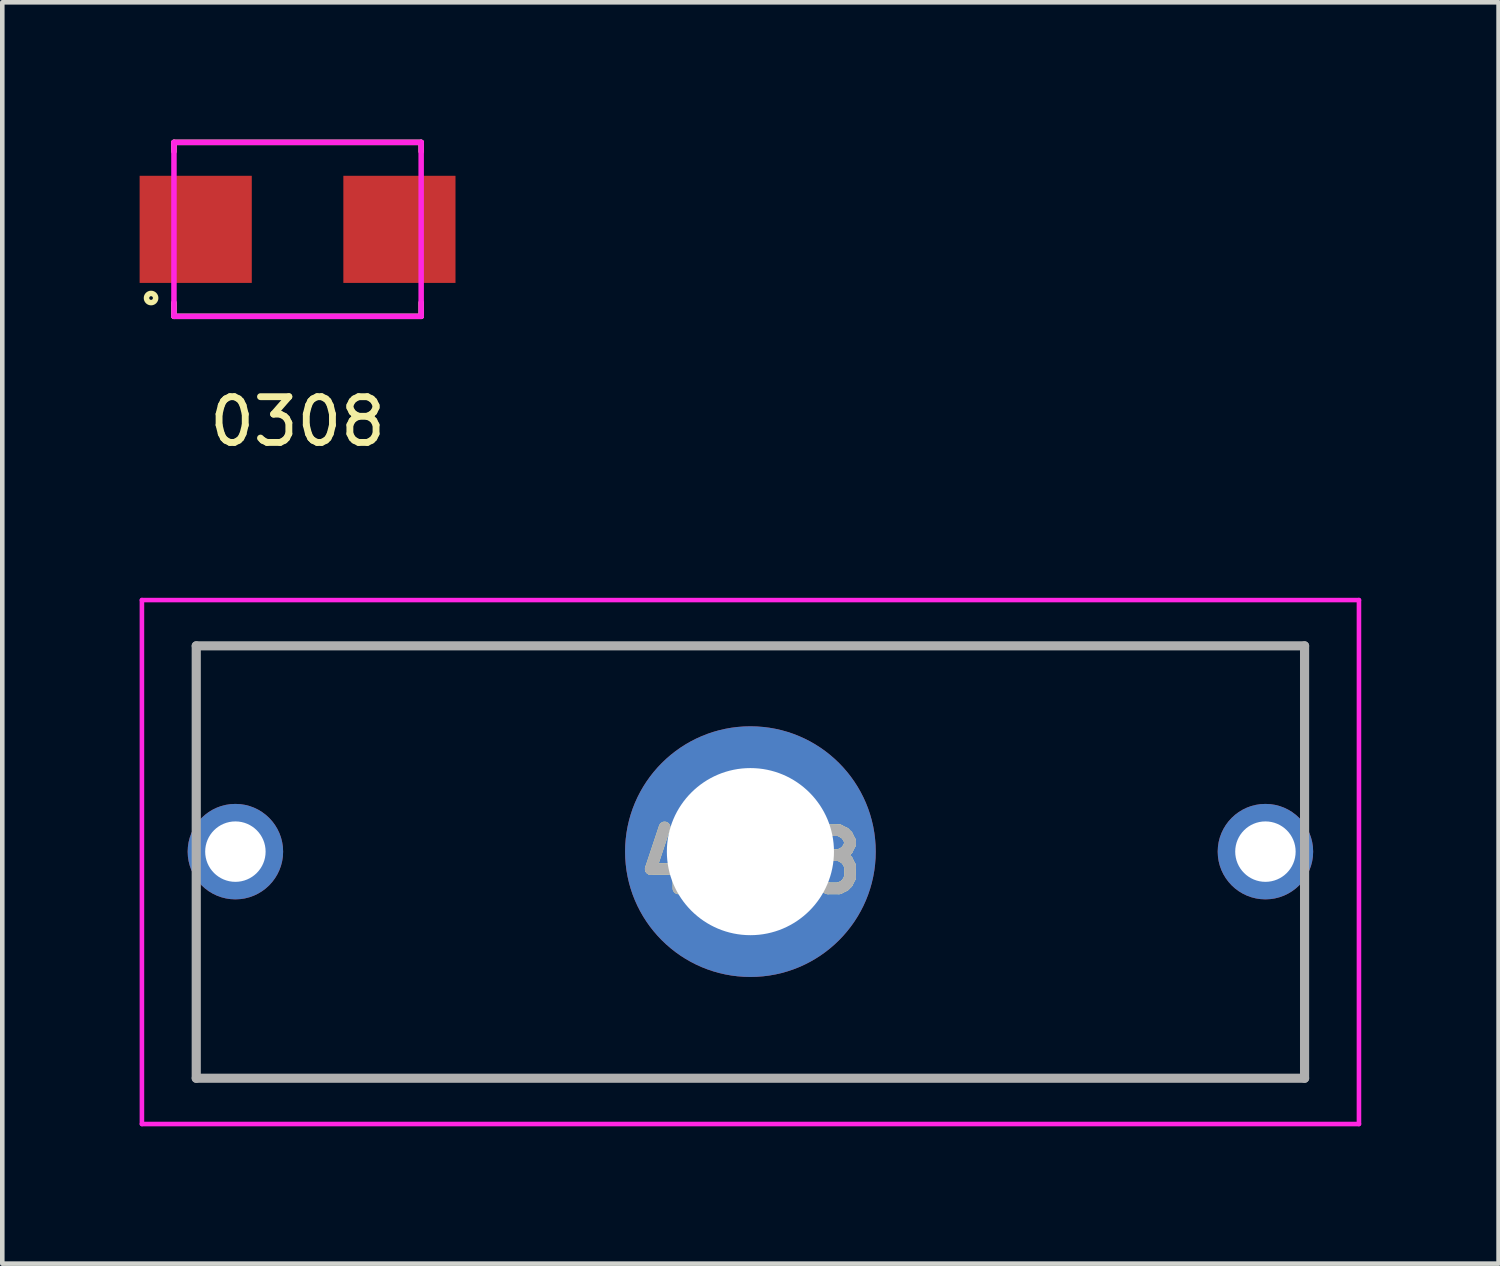
<source format=kicad_pcb>
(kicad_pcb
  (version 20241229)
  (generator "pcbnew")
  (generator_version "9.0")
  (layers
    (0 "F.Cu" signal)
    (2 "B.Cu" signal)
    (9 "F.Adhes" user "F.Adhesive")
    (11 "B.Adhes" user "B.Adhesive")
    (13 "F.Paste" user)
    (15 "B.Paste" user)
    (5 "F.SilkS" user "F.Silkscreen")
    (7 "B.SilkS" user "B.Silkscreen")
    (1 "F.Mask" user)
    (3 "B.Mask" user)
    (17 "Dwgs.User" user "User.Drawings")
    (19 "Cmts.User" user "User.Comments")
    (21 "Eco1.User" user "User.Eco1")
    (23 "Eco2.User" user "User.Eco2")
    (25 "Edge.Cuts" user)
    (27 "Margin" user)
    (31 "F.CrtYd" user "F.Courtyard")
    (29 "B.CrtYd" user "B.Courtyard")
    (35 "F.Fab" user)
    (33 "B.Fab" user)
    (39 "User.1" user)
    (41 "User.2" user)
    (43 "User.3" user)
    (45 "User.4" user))
  (footprint "4628"
    (layer "F.Cu")
    (at 2.092 15.553)
    (property "Reference" "4628" (at 11.25 0.228 0) (layer "F.SilkS") (effects (font (size 1.27 1.27) (thickness 0.254))))
    (attr through_hole)
    (fp_line (start -0.75 -4.495) (end 23.25 -4.495) (stroke (width 0.1) (type solid)) (layer "F.SilkS"))
    (fp_line (start -0.75 4.95) (end 23.25 4.95) (stroke (width 0.1) (type solid)) (layer "F.SilkS"))
    (fp_line (start -2.042 -5.495) (end 24.543 -5.495) (stroke (width 0.1) (type solid)) (layer "F.CrtYd"))
    (fp_line (start -2.042 5.95) (end -2.042 -5.495) (stroke (width 0.1) (type solid)) (layer "F.CrtYd"))
    (fp_line (start 24.543 -5.495) (end 24.543 5.95) (stroke (width 0.1) (type solid)) (layer "F.CrtYd"))
    (fp_line (start 24.543 5.95) (end -2.042 5.95) (stroke (width 0.1) (type solid)) (layer "F.CrtYd"))
    (fp_line (start -0.855 -4.495) (end 23.355 -4.495) (stroke (width 0.2) (type solid)) (layer "F.Fab"))
    (fp_line (start -0.855 4.95) (end -0.855 -4.495) (stroke (width 0.2) (type solid)) (layer "F.Fab"))
    (fp_line (start 23.355 -4.495) (end 23.355 4.95) (stroke (width 0.2) (type solid)) (layer "F.Fab"))
    (fp_line (start 23.355 4.95) (end -0.855 4.95) (stroke (width 0.2) (type solid)) (layer "F.Fab"))
    (fp_text user "${REFERENCE}" (at 11.25 0.228 0) (layer "F.Fab") (effects (font (size 1.27 1.27) (thickness 0.254))))
    (pad "1" thru_hole circle (at 0 0) (size 2.085 2.085) (drill 1.32) (layers "*.Cu" "*.Mask"))
    (pad "2" thru_hole circle (at 22.5 0) (size 2.085 2.085) (drill 1.32) (layers "*.Cu" "*.Mask"))
    (pad "MH1" thru_hole circle (at 11.25 0) (size 5.475 5.475) (drill 3.65) (layers "*.Cu" "*.Mask")))
  (footprint "0308"
    (layer "F.Cu")
    (at 3.45 1.96)
    (property "Reference" "0308" (at 0 4.2 0) (layer "F.SilkS") (effects (font (size 1 1) (thickness 0.15))))
    (attr through_hole)
    (fp_line (start -2.7 -1.9) (end -2.7 -1.7) (stroke (width 0.12) (type solid)) (layer "F.SilkS"))
    (fp_line (start -2.7 -1.9) (end 2.7 -1.9) (stroke (width 0.12) (type solid)) (layer "F.SilkS"))
    (fp_line (start -2.7 1.9) (end -2.7 1.6) (stroke (width 0.12) (type solid)) (layer "F.SilkS"))
    (fp_line (start -2.7 1.9) (end 2.7 1.9) (stroke (width 0.12) (type solid)) (layer "F.SilkS"))
    (fp_line (start 2.7 -1.9) (end 2.7 -1.7) (stroke (width 0.12) (type solid)) (layer "F.SilkS"))
    (fp_line (start 2.7 1.9) (end 2.7 1.6) (stroke (width 0.12) (type solid)) (layer "F.SilkS"))
    (fp_circle (center -3.2 1.5) (end -3.2 1.6) (stroke (width 0.12) (type solid)) (fill no) (layer "F.SilkS"))
    (fp_line (start -2.7 -1.9) (end 2.7 -1.9) (stroke (width 0.12) (type solid)) (layer "F.CrtYd"))
    (fp_line (start -2.7 1.9) (end -2.7 -1.9) (stroke (width 0.12) (type solid)) (layer "F.CrtYd"))
    (fp_line (start 2.7 -1.9) (end 2.7 1.9) (stroke (width 0.12) (type solid)) (layer "F.CrtYd"))
    (fp_line (start 2.7 1.9) (end -2.7 1.9) (stroke (width 0.12) (type solid)) (layer "F.CrtYd"))
    (pad "1" smd rect (at -2.225 0) (size 2.45 2.34) (layers "F.Cu" "F.Mask" "F.Paste"))
    (pad "2" smd rect (at 2.225 0) (size 2.45 2.34) (layers "F.Cu" "F.Mask" "F.Paste")))
  (gr_rect
    (start -3 -3)
    (end 29.685 24.553)
    (stroke (width 0.1) (type default))
    (fill no)
    (layer "Edge.Cuts")))
</source>
